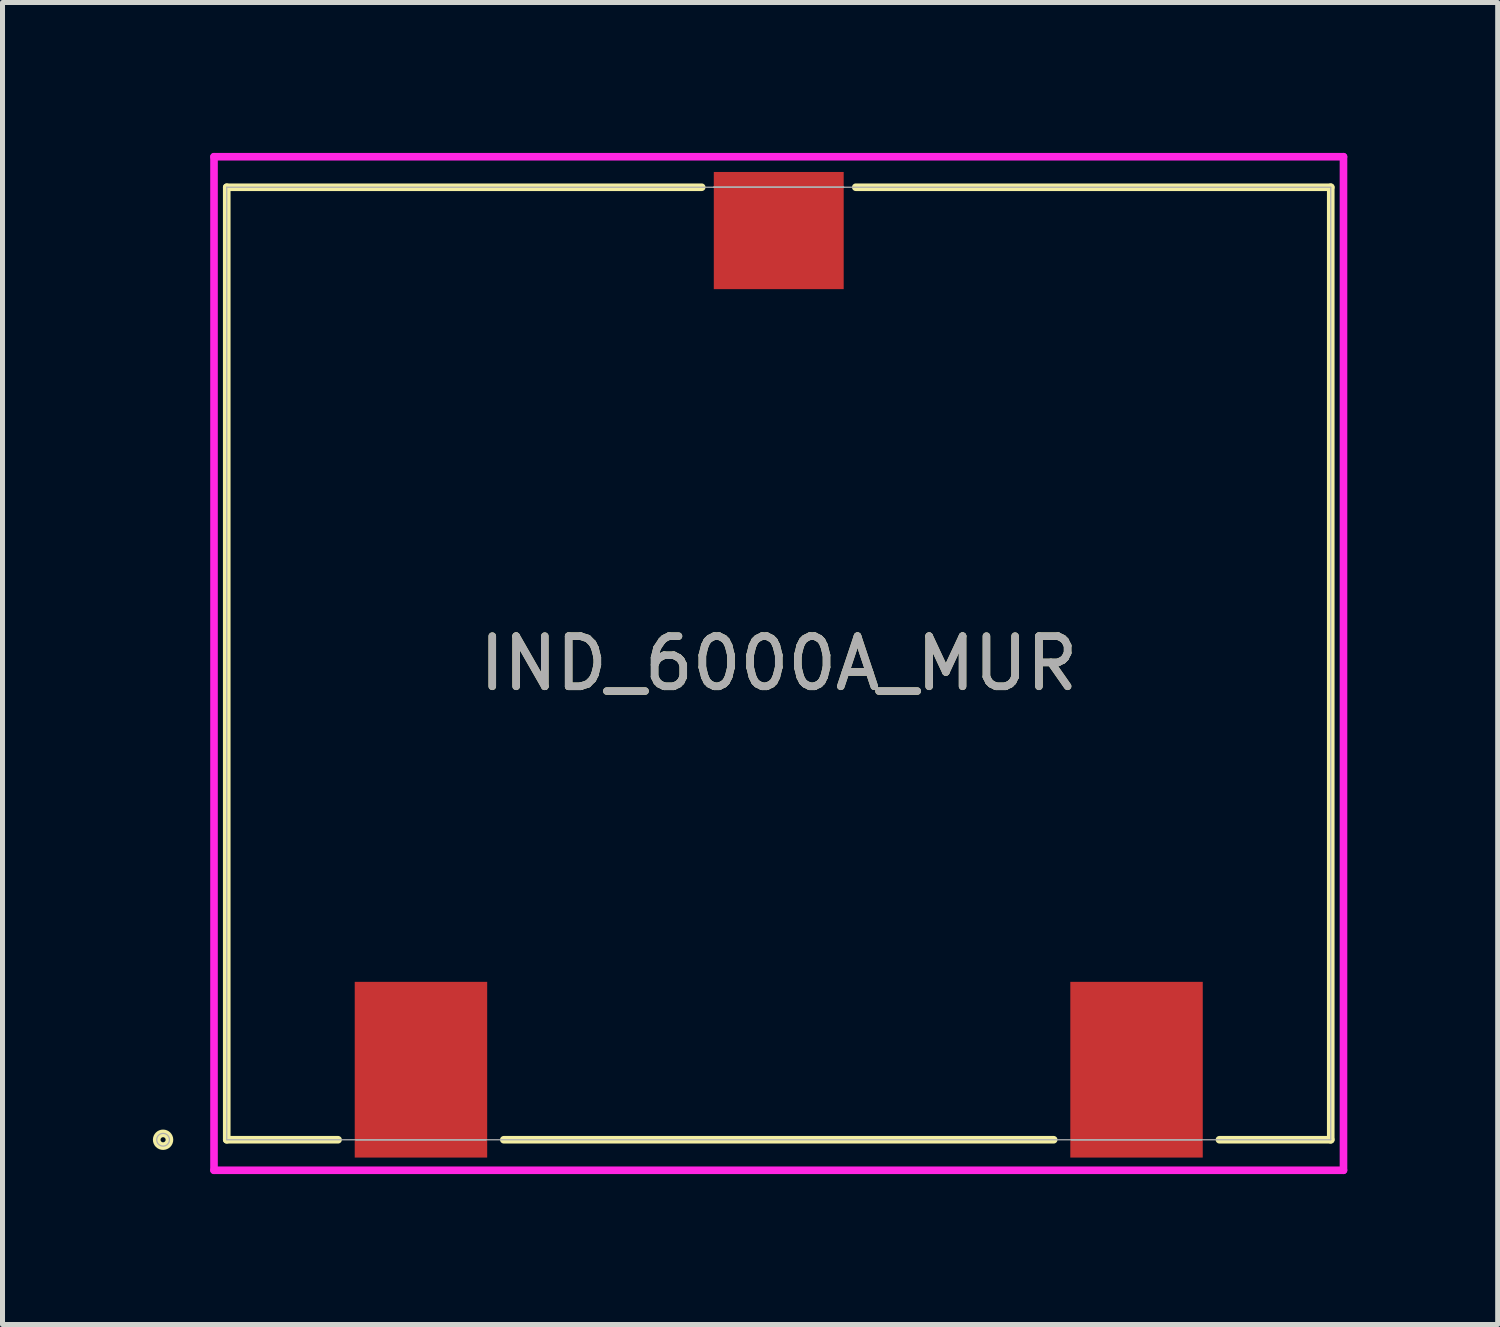
<source format=kicad_pcb>
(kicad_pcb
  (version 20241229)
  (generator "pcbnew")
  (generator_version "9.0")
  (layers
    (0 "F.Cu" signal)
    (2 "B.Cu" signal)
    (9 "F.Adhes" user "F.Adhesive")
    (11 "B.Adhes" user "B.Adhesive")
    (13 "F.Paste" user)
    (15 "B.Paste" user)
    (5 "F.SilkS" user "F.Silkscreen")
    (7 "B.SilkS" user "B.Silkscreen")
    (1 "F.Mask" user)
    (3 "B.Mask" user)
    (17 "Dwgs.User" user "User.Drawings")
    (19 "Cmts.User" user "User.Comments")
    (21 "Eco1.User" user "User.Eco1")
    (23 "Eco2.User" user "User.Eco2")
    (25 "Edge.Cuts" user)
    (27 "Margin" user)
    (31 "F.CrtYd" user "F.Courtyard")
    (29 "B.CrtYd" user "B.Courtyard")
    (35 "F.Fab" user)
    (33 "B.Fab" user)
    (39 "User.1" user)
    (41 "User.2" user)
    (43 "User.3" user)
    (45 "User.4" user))
  (footprint "IND_6000A_MUR"
    (layer "F.Cu")
    (at 12.484 10.185)
    (property "Reference" "IND_6000A_MUR" (at 0 0 0) (unlocked yes) (layer "F.SilkS") (effects (font (size 1 1) (thickness 0.15))))
    (attr smd)
    (fp_line (start -11.011 -9.5) (end -11.011 9.5) (stroke (width 0.152) (type solid)) (layer "F.SilkS"))
    (fp_line (start -11.011 9.5) (end -8.791 9.5) (stroke (width 0.152) (type solid)) (layer "F.SilkS"))
    (fp_line (start -5.484 9.5) (end 5.484 9.5) (stroke (width 0.152) (type solid)) (layer "F.SilkS"))
    (fp_line (start -1.537 -9.5) (end -11.011 -9.5) (stroke (width 0.152) (type solid)) (layer "F.SilkS"))
    (fp_line (start 8.791 9.5) (end 11.011 9.5) (stroke (width 0.152) (type solid)) (layer "F.SilkS"))
    (fp_line (start 11.011 -9.5) (end 1.537 -9.5) (stroke (width 0.152) (type solid)) (layer "F.SilkS"))
    (fp_line (start 11.011 9.5) (end 11.011 -9.5) (stroke (width 0.152) (type solid)) (layer "F.SilkS"))
    (fp_circle (center -12.281 9.5) (end -12.154 9.5) (stroke (width 0.152) (type solid)) (fill no) (layer "F.SilkS"))
    (fp_line (start -11.265 -10.109) (end 11.265 -10.109) (stroke (width 0.152) (type solid)) (layer "F.CrtYd"))
    (fp_line (start -11.265 10.109) (end -11.265 -10.109) (stroke (width 0.152) (type solid)) (layer "F.CrtYd"))
    (fp_line (start 11.265 -10.109) (end 11.265 10.109) (stroke (width 0.152) (type solid)) (layer "F.CrtYd"))
    (fp_line (start 11.265 10.109) (end -11.265 10.109) (stroke (width 0.152) (type solid)) (layer "F.CrtYd"))
    (fp_line (start -11.011 -9.5) (end -11.011 9.5) (stroke (width 0.025) (type solid)) (layer "F.Fab"))
    (fp_line (start -11.011 9.5) (end 11.011 9.5) (stroke (width 0.025) (type solid)) (layer "F.Fab"))
    (fp_line (start -8.433 9.5) (end -8.433 9.5) (stroke (width 0.025) (type solid)) (layer "F.Fab"))
    (fp_line (start -8.433 9.5) (end -5.842 9.5) (stroke (width 0.025) (type solid)) (layer "F.Fab"))
    (fp_line (start -5.842 9.5) (end -8.433 9.5) (stroke (width 0.025) (type solid)) (layer "F.Fab"))
    (fp_line (start -5.842 9.5) (end -5.842 9.5) (stroke (width 0.025) (type solid)) (layer "F.Fab"))
    (fp_line (start -1.295 -9.5) (end -1.295 -9.5) (stroke (width 0.025) (type solid)) (layer "F.Fab"))
    (fp_line (start -1.295 -9.5) (end 1.295 -9.5) (stroke (width 0.025) (type solid)) (layer "F.Fab"))
    (fp_line (start 1.295 -9.5) (end -1.295 -9.5) (stroke (width 0.025) (type solid)) (layer "F.Fab"))
    (fp_line (start 1.295 -9.5) (end 1.295 -9.5) (stroke (width 0.025) (type solid)) (layer "F.Fab"))
    (fp_line (start 5.842 9.5) (end 5.842 9.5) (stroke (width 0.025) (type solid)) (layer "F.Fab"))
    (fp_line (start 5.842 9.5) (end 8.433 9.5) (stroke (width 0.025) (type solid)) (layer "F.Fab"))
    (fp_line (start 8.433 9.5) (end 5.842 9.5) (stroke (width 0.025) (type solid)) (layer "F.Fab"))
    (fp_line (start 8.433 9.5) (end 8.433 9.5) (stroke (width 0.025) (type solid)) (layer "F.Fab"))
    (fp_line (start 11.011 -9.5) (end -11.011 -9.5) (stroke (width 0.025) (type solid)) (layer "F.Fab"))
    (fp_line (start 11.011 9.5) (end 11.011 -9.5) (stroke (width 0.025) (type solid)) (layer "F.Fab"))
    (fp_circle (center -12.281 9.5) (end -12.154 9.5) (stroke (width 0.025) (type solid)) (fill no) (layer "F.Fab"))
    (fp_text user "${REFERENCE}" (at 0 0 0) (unlocked yes) (layer "F.Fab") (effects (font (size 1 1) (thickness 0.15))))
    (pad "1" smd rect (at -7.137 8.103) (size 2.642 3.505) (layers "F.Cu" "F.Mask" "F.Paste"))
    (pad "2" smd rect (at 7.137 8.103) (size 2.642 3.505) (layers "F.Cu" "F.Mask" "F.Paste"))
    (pad "3" smd rect (at 0 -8.636) (size 2.591 2.337) (layers "F.Cu" "F.Mask" "F.Paste")))
  (gr_rect
    (start -3 -3)
    (end 26.825 23.371)
    (stroke (width 0.1) (type default))
    (fill no)
    (layer "Edge.Cuts")))
</source>
